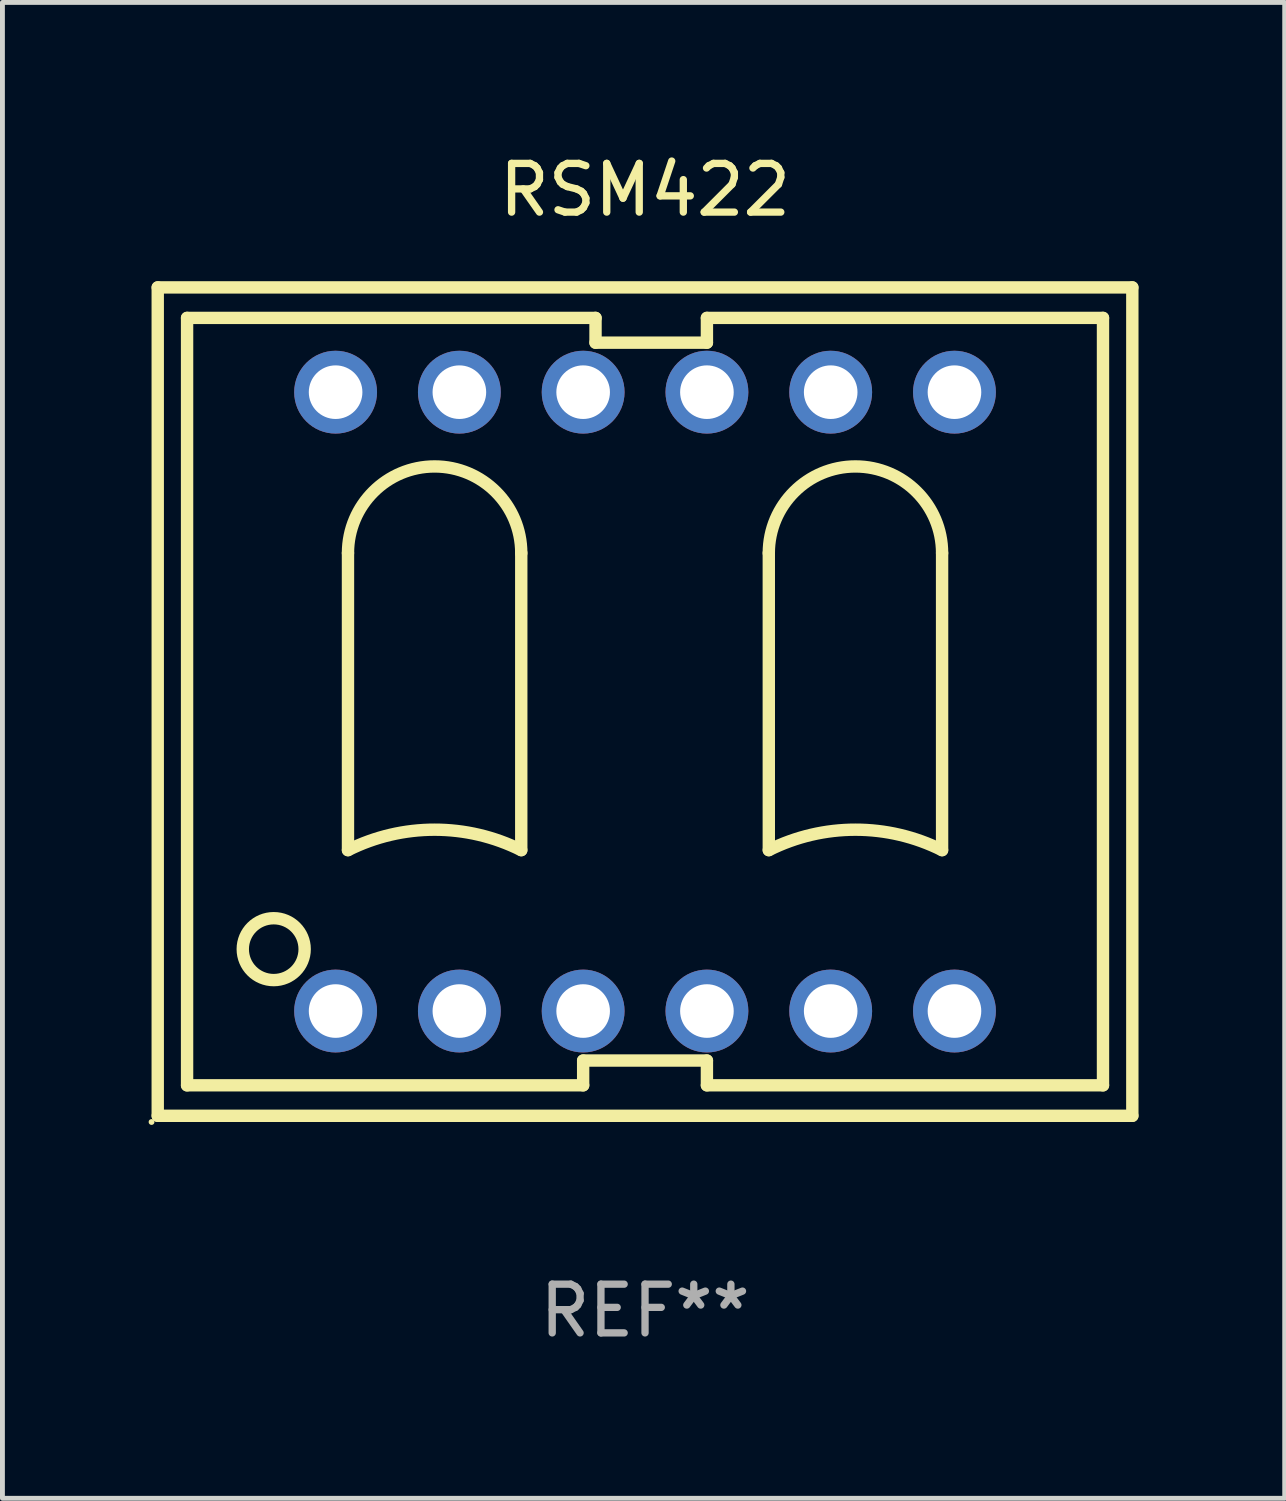
<source format=kicad_pcb>
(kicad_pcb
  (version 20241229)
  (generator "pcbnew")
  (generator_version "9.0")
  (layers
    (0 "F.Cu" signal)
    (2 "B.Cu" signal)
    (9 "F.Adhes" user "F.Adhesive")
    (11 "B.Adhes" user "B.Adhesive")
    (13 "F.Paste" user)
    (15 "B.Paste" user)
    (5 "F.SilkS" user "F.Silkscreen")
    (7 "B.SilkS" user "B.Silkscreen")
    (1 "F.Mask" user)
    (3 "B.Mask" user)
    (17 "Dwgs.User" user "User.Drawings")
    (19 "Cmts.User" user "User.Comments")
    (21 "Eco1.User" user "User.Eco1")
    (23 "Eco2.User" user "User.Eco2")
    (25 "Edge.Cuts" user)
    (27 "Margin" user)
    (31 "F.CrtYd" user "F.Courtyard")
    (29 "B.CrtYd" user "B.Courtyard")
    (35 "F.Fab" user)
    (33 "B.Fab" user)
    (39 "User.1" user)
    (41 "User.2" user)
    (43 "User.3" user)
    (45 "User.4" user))
  (footprint "RSM422"
    (layer "F.Cu")
    (at 10.187 11.348)
    (property "Reference" "RSM422" (at 0 -10.5 0) (layer "F.SilkS") (effects (font (size 1 1) (thickness 0.15))))
    (attr through_hole)
    (fp_line (start -10 -8.5) (end -10 8.5) (stroke (width 0.254) (type solid)) (layer "F.SilkS"))
    (fp_line (start -10 8.5) (end 10 8.5) (stroke (width 0.254) (type solid)) (layer "F.SilkS"))
    (fp_line (start -9.398 -7.874) (end -9.398 7.874) (stroke (width 0.254) (type solid)) (layer "F.SilkS"))
    (fp_line (start -9.398 7.874) (end -1.27 7.874) (stroke (width 0.254) (type solid)) (layer "F.SilkS"))
    (fp_line (start -6.096 3.048) (end -6.096 -3.05) (stroke (width 0.254) (type solid)) (layer "F.SilkS"))
    (fp_line (start -2.54 3.048) (end -2.54 -3.05) (stroke (width 0.254) (type solid)) (layer "F.SilkS"))
    (fp_line (start -1.27 7.366) (end 1.27 7.366) (stroke (width 0.254) (type solid)) (layer "F.SilkS"))
    (fp_line (start -1.27 7.874) (end -1.27 7.366) (stroke (width 0.254) (type solid)) (layer "F.SilkS"))
    (fp_line (start -1.016 -7.874) (end -9.398 -7.874) (stroke (width 0.254) (type solid)) (layer "F.SilkS"))
    (fp_line (start -1.016 -7.366) (end -1.016 -7.874) (stroke (width 0.254) (type solid)) (layer "F.SilkS"))
    (fp_line (start 1.27 -7.874) (end 1.27 -7.366) (stroke (width 0.254) (type solid)) (layer "F.SilkS"))
    (fp_line (start 1.27 -7.366) (end -1.016 -7.366) (stroke (width 0.254) (type solid)) (layer "F.SilkS"))
    (fp_line (start 1.27 7.366) (end 1.27 7.874) (stroke (width 0.254) (type solid)) (layer "F.SilkS"))
    (fp_line (start 1.27 7.874) (end 9.398 7.874) (stroke (width 0.254) (type solid)) (layer "F.SilkS"))
    (fp_line (start 2.54 3.048) (end 2.54 -3.05) (stroke (width 0.254) (type solid)) (layer "F.SilkS"))
    (fp_line (start 6.096 3.048) (end 6.096 -3.05) (stroke (width 0.254) (type solid)) (layer "F.SilkS"))
    (fp_line (start 9.398 -7.874) (end 1.27 -7.874) (stroke (width 0.254) (type solid)) (layer "F.SilkS"))
    (fp_line (start 9.398 7.874) (end 9.398 -7.874) (stroke (width 0.254) (type solid)) (layer "F.SilkS"))
    (fp_line (start 10 -8.5) (end -10 -8.5) (stroke (width 0.254) (type solid)) (layer "F.SilkS"))
    (fp_line (start 10 8.5) (end 10 -8.5) (stroke (width 0.254) (type solid)) (layer "F.SilkS"))
    (fp_arc (start -6.096013 -3.047879) (mid -4.318009 -4.825883) (end -2.540005 -3.047879) (stroke (width 0.254001) (type solid)) (layer "F.SilkS"))
    (fp_arc (start -6.096012 3.048133) (mid -4.318009 2.628404) (end -2.540005 3.048133) (stroke (width 0.254001) (type solid)) (layer "F.SilkS"))
    (fp_arc (start 2.540005 3.048133) (mid 4.318009 2.628403) (end 6.096012 3.048133) (stroke (width 0.254001) (type solid)) (layer "F.SilkS"))
    (fp_arc (start 2.540006 -3.047879) (mid 4.318009 -4.825882) (end 6.096012 -3.047879) (stroke (width 0.254001) (type solid)) (layer "F.SilkS"))
    (fp_circle (center -10.127 8.627) (end -10.097 8.627) (stroke (width 0.06) (type solid)) (fill no) (layer "F.SilkS"))
    (fp_circle (center -7.62 5.08) (end -6.985 5.08) (stroke (width 0.254) (type solid)) (fill no) (layer "F.SilkS"))
    (fp_text user "REF**" (at 0 12.5 0) (layer "F.Fab") (effects (font (size 1 1) (thickness 0.15))))
    (pad "1" thru_hole circle (at -6.35 6.35) (size 1.7 1.7) (drill 1.1) (layers "*.Cu" "*.Mask"))
    (pad "2" thru_hole circle (at -3.81 6.35) (size 1.7 1.7) (drill 1.1) (layers "*.Cu" "*.Mask"))
    (pad "3" thru_hole circle (at -1.27 6.35) (size 1.7 1.7) (drill 1.1) (layers "*.Cu" "*.Mask"))
    (pad "4" thru_hole circle (at 1.27 6.35) (size 1.7 1.7) (drill 1.1) (layers "*.Cu" "*.Mask"))
    (pad "5" thru_hole circle (at 3.81 6.35) (size 1.7 1.7) (drill 1.1) (layers "*.Cu" "*.Mask"))
    (pad "6" thru_hole circle (at 6.35 6.35) (size 1.7 1.7) (drill 1.1) (layers "*.Cu" "*.Mask"))
    (pad "7" thru_hole circle (at 6.35 -6.35) (size 1.7 1.7) (drill 1.1) (layers "*.Cu" "*.Mask"))
    (pad "8" thru_hole circle (at 3.81 -6.35) (size 1.7 1.7) (drill 1.1) (layers "*.Cu" "*.Mask"))
    (pad "9" thru_hole circle (at 1.27 -6.35) (size 1.7 1.7) (drill 1.1) (layers "*.Cu" "*.Mask"))
    (pad "10" thru_hole circle (at -1.27 -6.35) (size 1.7 1.7) (drill 1.1) (layers "*.Cu" "*.Mask"))
    (pad "11" thru_hole circle (at -3.81 -6.35) (size 1.7 1.7) (drill 1.1) (layers "*.Cu" "*.Mask"))
    (pad "12" thru_hole circle (at -6.35 -6.35) (size 1.7 1.7) (drill 1.1) (layers "*.Cu" "*.Mask")))
  (gr_rect
    (start -3 -3)
    (end 23.314 27.697)
    (stroke (width 0.1) (type default))
    (fill no)
    (layer "Edge.Cuts")))
</source>
